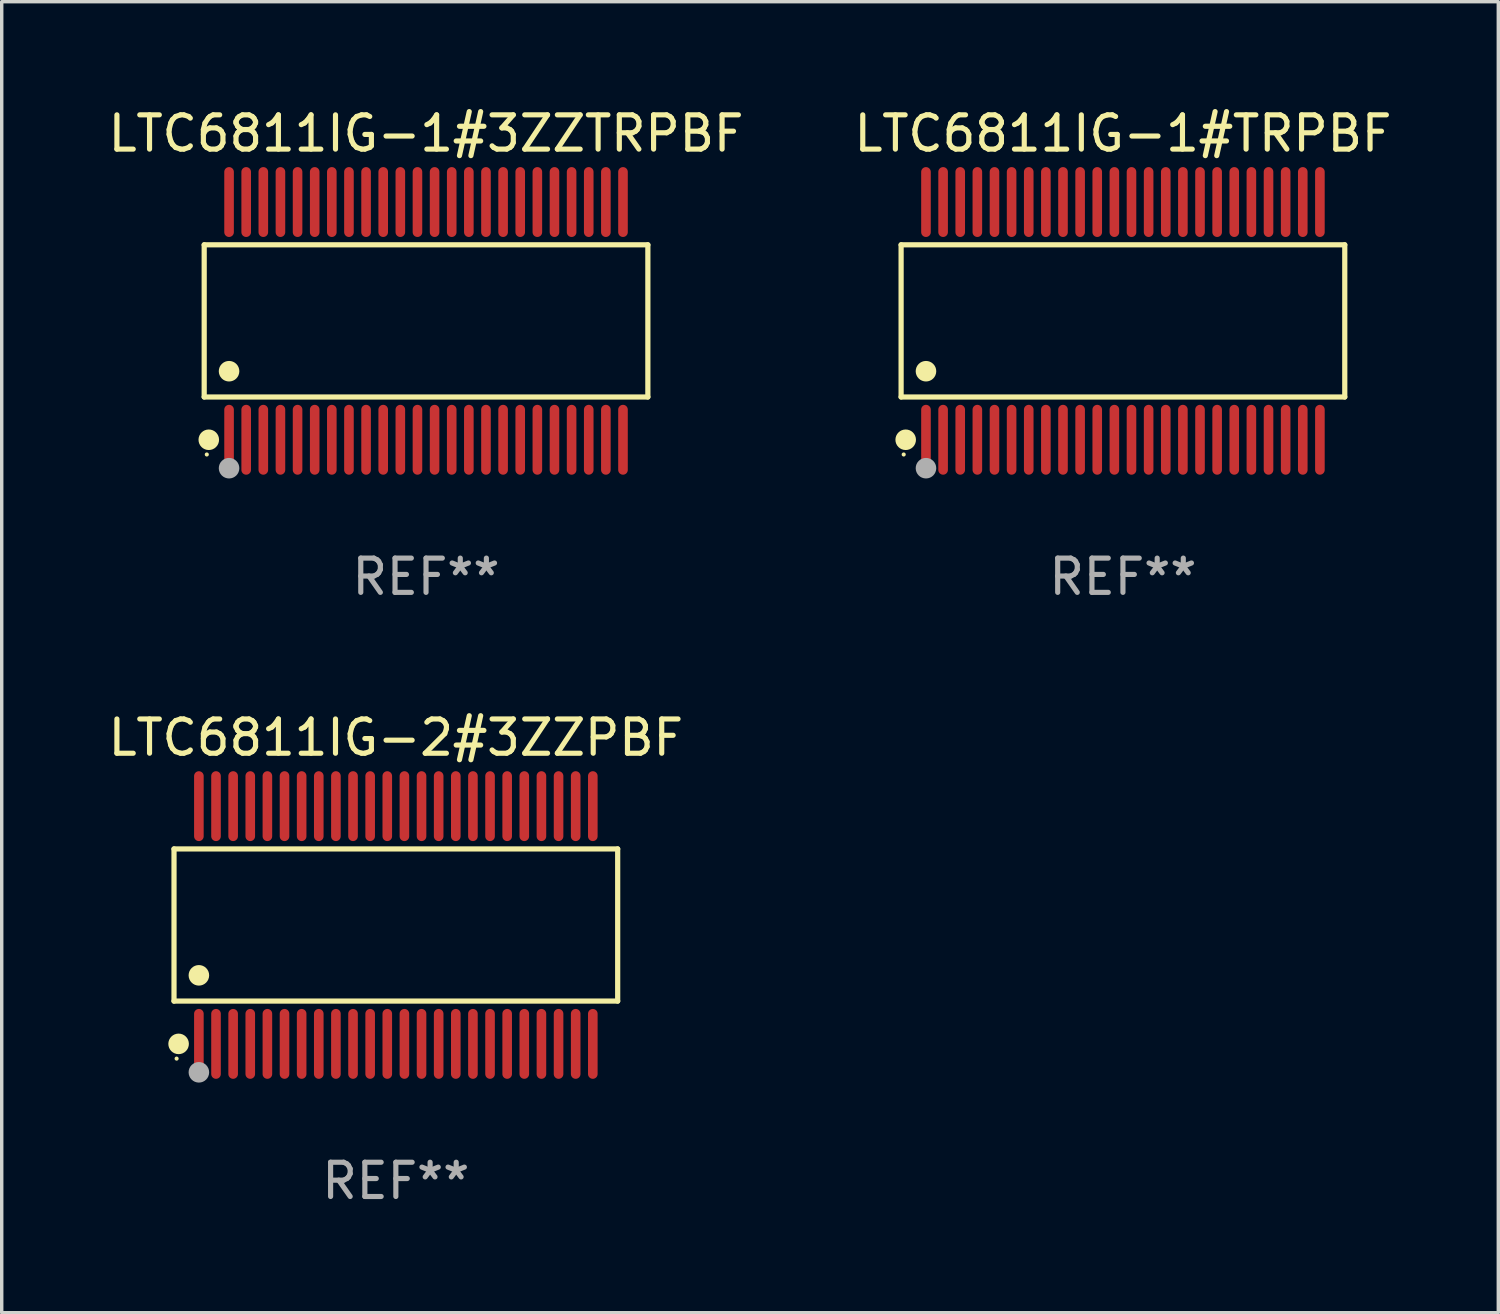
<source format=kicad_pcb>
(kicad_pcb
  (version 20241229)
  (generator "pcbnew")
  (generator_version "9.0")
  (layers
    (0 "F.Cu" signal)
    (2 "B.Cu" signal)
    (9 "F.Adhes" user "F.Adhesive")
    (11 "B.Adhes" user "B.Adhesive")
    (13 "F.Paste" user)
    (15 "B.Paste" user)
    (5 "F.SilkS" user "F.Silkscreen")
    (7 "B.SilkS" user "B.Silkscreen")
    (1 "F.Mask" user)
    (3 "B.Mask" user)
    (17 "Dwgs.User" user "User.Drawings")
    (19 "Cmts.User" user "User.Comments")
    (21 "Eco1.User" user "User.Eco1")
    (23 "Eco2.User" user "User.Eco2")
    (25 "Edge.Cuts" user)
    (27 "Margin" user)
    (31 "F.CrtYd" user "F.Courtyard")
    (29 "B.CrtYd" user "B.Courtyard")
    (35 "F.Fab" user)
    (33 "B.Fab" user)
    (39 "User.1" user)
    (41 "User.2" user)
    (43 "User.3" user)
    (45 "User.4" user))
  (footprint "LTC6811IG-2#3ZZPBF"
    (layer "F.Cu")
    (at 8.506 23.954)
    (property "Reference" "LTC6811IG-2#3ZZPBF" (at 0 -5.47 0) (layer "F.SilkS") (effects (font (size 1 1) (thickness 0.15))))
    (attr through_hole)
    (fp_line (start -6.476 -2.221) (end 6.476 -2.221) (stroke (width 0.152) (type solid)) (layer "F.SilkS"))
    (fp_line (start -6.476 2.221) (end -6.476 -2.221) (stroke (width 0.152) (type solid)) (layer "F.SilkS"))
    (fp_line (start 6.476 -2.221) (end 6.476 2.221) (stroke (width 0.152) (type solid)) (layer "F.SilkS"))
    (fp_line (start 6.476 2.221) (end -6.476 2.221) (stroke (width 0.152) (type solid)) (layer "F.SilkS"))
    (fp_circle (center -6.4 3.9) (end -6.37 3.9) (stroke (width 0.06) (type solid)) (fill no) (layer "F.SilkS"))
    (fp_circle (center -6.342 3.47) (end -6.192 3.47) (stroke (width 0.3) (type solid)) (fill no) (layer "F.SilkS"))
    (fp_circle (center -5.75 1.469) (end -5.6 1.469) (stroke (width 0.3) (type solid)) (fill no) (layer "F.SilkS"))
    (fp_circle (center -5.75 4.3) (end -5.6 4.3) (stroke (width 0.3) (type solid)) (fill no) (layer "F.Fab"))
    (fp_text user "REF**" (at 0 7.47 0) (layer "F.Fab") (effects (font (size 1 1) (thickness 0.15))))
    (pad "1" smd oval (at -5.75 3.47) (size 0.28 2.04) (layers "F.Cu" "F.Mask" "F.Paste"))
    (pad "2" smd oval (at -5.25 3.47) (size 0.28 2.04) (layers "F.Cu" "F.Mask" "F.Paste"))
    (pad "3" smd oval (at -4.75 3.47) (size 0.28 2.04) (layers "F.Cu" "F.Mask" "F.Paste"))
    (pad "4" smd oval (at -4.25 3.47) (size 0.28 2.04) (layers "F.Cu" "F.Mask" "F.Paste"))
    (pad "5" smd oval (at -3.75 3.47) (size 0.28 2.04) (layers "F.Cu" "F.Mask" "F.Paste"))
    (pad "6" smd oval (at -3.25 3.47) (size 0.28 2.04) (layers "F.Cu" "F.Mask" "F.Paste"))
    (pad "7" smd oval (at -2.75 3.47) (size 0.28 2.04) (layers "F.Cu" "F.Mask" "F.Paste"))
    (pad "8" smd oval (at -2.25 3.47) (size 0.28 2.04) (layers "F.Cu" "F.Mask" "F.Paste"))
    (pad "9" smd oval (at -1.75 3.47) (size 0.28 2.04) (layers "F.Cu" "F.Mask" "F.Paste"))
    (pad "10" smd oval (at -1.25 3.47) (size 0.28 2.04) (layers "F.Cu" "F.Mask" "F.Paste"))
    (pad "11" smd oval (at -0.75 3.47) (size 0.28 2.04) (layers "F.Cu" "F.Mask" "F.Paste"))
    (pad "12" smd oval (at -0.25 3.47) (size 0.28 2.04) (layers "F.Cu" "F.Mask" "F.Paste"))
    (pad "13" smd oval (at 0.25 3.47) (size 0.28 2.04) (layers "F.Cu" "F.Mask" "F.Paste"))
    (pad "14" smd oval (at 0.75 3.47) (size 0.28 2.04) (layers "F.Cu" "F.Mask" "F.Paste"))
    (pad "15" smd oval (at 1.25 3.47) (size 0.28 2.04) (layers "F.Cu" "F.Mask" "F.Paste"))
    (pad "16" smd oval (at 1.75 3.47) (size 0.28 2.04) (layers "F.Cu" "F.Mask" "F.Paste"))
    (pad "17" smd oval (at 2.25 3.47) (size 0.28 2.04) (layers "F.Cu" "F.Mask" "F.Paste"))
    (pad "18" smd oval (at 2.75 3.47) (size 0.28 2.04) (layers "F.Cu" "F.Mask" "F.Paste"))
    (pad "19" smd oval (at 3.25 3.47) (size 0.28 2.04) (layers "F.Cu" "F.Mask" "F.Paste"))
    (pad "20" smd oval (at 3.75 3.47) (size 0.28 2.04) (layers "F.Cu" "F.Mask" "F.Paste"))
    (pad "21" smd oval (at 4.25 3.47) (size 0.28 2.04) (layers "F.Cu" "F.Mask" "F.Paste"))
    (pad "22" smd oval (at 4.75 3.47) (size 0.28 2.04) (layers "F.Cu" "F.Mask" "F.Paste"))
    (pad "23" smd oval (at 5.25 3.47) (size 0.28 2.04) (layers "F.Cu" "F.Mask" "F.Paste"))
    (pad "24" smd oval (at 5.75 3.47) (size 0.28 2.04) (layers "F.Cu" "F.Mask" "F.Paste"))
    (pad "25" smd oval (at 5.75 -3.47) (size 0.28 2.04) (layers "F.Cu" "F.Mask" "F.Paste"))
    (pad "26" smd oval (at 5.25 -3.47) (size 0.28 2.04) (layers "F.Cu" "F.Mask" "F.Paste"))
    (pad "27" smd oval (at 4.75 -3.47) (size 0.28 2.04) (layers "F.Cu" "F.Mask" "F.Paste"))
    (pad "28" smd oval (at 4.25 -3.47) (size 0.28 2.04) (layers "F.Cu" "F.Mask" "F.Paste"))
    (pad "29" smd oval (at 3.75 -3.47) (size 0.28 2.04) (layers "F.Cu" "F.Mask" "F.Paste"))
    (pad "30" smd oval (at 3.25 -3.47) (size 0.28 2.04) (layers "F.Cu" "F.Mask" "F.Paste"))
    (pad "31" smd oval (at 2.75 -3.47) (size 0.28 2.04) (layers "F.Cu" "F.Mask" "F.Paste"))
    (pad "32" smd oval (at 2.25 -3.47) (size 0.28 2.04) (layers "F.Cu" "F.Mask" "F.Paste"))
    (pad "33" smd oval (at 1.75 -3.47) (size 0.28 2.04) (layers "F.Cu" "F.Mask" "F.Paste"))
    (pad "34" smd oval (at 1.25 -3.47) (size 0.28 2.04) (layers "F.Cu" "F.Mask" "F.Paste"))
    (pad "35" smd oval (at 0.75 -3.47) (size 0.28 2.04) (layers "F.Cu" "F.Mask" "F.Paste"))
    (pad "36" smd oval (at 0.25 -3.47) (size 0.28 2.04) (layers "F.Cu" "F.Mask" "F.Paste"))
    (pad "37" smd oval (at -0.25 -3.47) (size 0.28 2.04) (layers "F.Cu" "F.Mask" "F.Paste"))
    (pad "38" smd oval (at -0.75 -3.47) (size 0.28 2.04) (layers "F.Cu" "F.Mask" "F.Paste"))
    (pad "39" smd oval (at -1.25 -3.47) (size 0.28 2.04) (layers "F.Cu" "F.Mask" "F.Paste"))
    (pad "40" smd oval (at -1.75 -3.47) (size 0.28 2.04) (layers "F.Cu" "F.Mask" "F.Paste"))
    (pad "41" smd oval (at -2.25 -3.47) (size 0.28 2.04) (layers "F.Cu" "F.Mask" "F.Paste"))
    (pad "42" smd oval (at -2.75 -3.47) (size 0.28 2.04) (layers "F.Cu" "F.Mask" "F.Paste"))
    (pad "43" smd oval (at -3.25 -3.47) (size 0.28 2.04) (layers "F.Cu" "F.Mask" "F.Paste"))
    (pad "44" smd oval (at -3.75 -3.47) (size 0.28 2.04) (layers "F.Cu" "F.Mask" "F.Paste"))
    (pad "45" smd oval (at -4.25 -3.47) (size 0.28 2.04) (layers "F.Cu" "F.Mask" "F.Paste"))
    (pad "46" smd oval (at -4.75 -3.47) (size 0.28 2.04) (layers "F.Cu" "F.Mask" "F.Paste"))
    (pad "47" smd oval (at -5.25 -3.47) (size 0.28 2.04) (layers "F.Cu" "F.Mask" "F.Paste"))
    (pad "48" smd oval (at -5.75 -3.47) (size 0.28 2.04) (layers "F.Cu" "F.Mask" "F.Paste")))
  (footprint "LTC6811IG-1#3ZZTRPBF"
    (layer "F.Cu")
    (at 9.387 6.318)
    (property "Reference" "LTC6811IG-1#3ZZTRPBF" (at 0 -5.47 0) (layer "F.SilkS") (effects (font (size 1 1) (thickness 0.15))))
    (attr through_hole)
    (fp_line (start -6.476 -2.221) (end 6.476 -2.221) (stroke (width 0.152) (type solid)) (layer "F.SilkS"))
    (fp_line (start -6.476 2.221) (end -6.476 -2.221) (stroke (width 0.152) (type solid)) (layer "F.SilkS"))
    (fp_line (start 6.476 -2.221) (end 6.476 2.221) (stroke (width 0.152) (type solid)) (layer "F.SilkS"))
    (fp_line (start 6.476 2.221) (end -6.476 2.221) (stroke (width 0.152) (type solid)) (layer "F.SilkS"))
    (fp_circle (center -6.4 3.9) (end -6.37 3.9) (stroke (width 0.06) (type solid)) (fill no) (layer "F.SilkS"))
    (fp_circle (center -6.342 3.47) (end -6.192 3.47) (stroke (width 0.3) (type solid)) (fill no) (layer "F.SilkS"))
    (fp_circle (center -5.75 1.469) (end -5.6 1.469) (stroke (width 0.3) (type solid)) (fill no) (layer "F.SilkS"))
    (fp_circle (center -5.75 4.3) (end -5.6 4.3) (stroke (width 0.3) (type solid)) (fill no) (layer "F.Fab"))
    (fp_text user "REF**" (at 0 7.47 0) (layer "F.Fab") (effects (font (size 1 1) (thickness 0.15))))
    (pad "1" smd oval (at -5.75 3.47) (size 0.28 2.04) (layers "F.Cu" "F.Mask" "F.Paste"))
    (pad "2" smd oval (at -5.25 3.47) (size 0.28 2.04) (layers "F.Cu" "F.Mask" "F.Paste"))
    (pad "3" smd oval (at -4.75 3.47) (size 0.28 2.04) (layers "F.Cu" "F.Mask" "F.Paste"))
    (pad "4" smd oval (at -4.25 3.47) (size 0.28 2.04) (layers "F.Cu" "F.Mask" "F.Paste"))
    (pad "5" smd oval (at -3.75 3.47) (size 0.28 2.04) (layers "F.Cu" "F.Mask" "F.Paste"))
    (pad "6" smd oval (at -3.25 3.47) (size 0.28 2.04) (layers "F.Cu" "F.Mask" "F.Paste"))
    (pad "7" smd oval (at -2.75 3.47) (size 0.28 2.04) (layers "F.Cu" "F.Mask" "F.Paste"))
    (pad "8" smd oval (at -2.25 3.47) (size 0.28 2.04) (layers "F.Cu" "F.Mask" "F.Paste"))
    (pad "9" smd oval (at -1.75 3.47) (size 0.28 2.04) (layers "F.Cu" "F.Mask" "F.Paste"))
    (pad "10" smd oval (at -1.25 3.47) (size 0.28 2.04) (layers "F.Cu" "F.Mask" "F.Paste"))
    (pad "11" smd oval (at -0.75 3.47) (size 0.28 2.04) (layers "F.Cu" "F.Mask" "F.Paste"))
    (pad "12" smd oval (at -0.25 3.47) (size 0.28 2.04) (layers "F.Cu" "F.Mask" "F.Paste"))
    (pad "13" smd oval (at 0.25 3.47) (size 0.28 2.04) (layers "F.Cu" "F.Mask" "F.Paste"))
    (pad "14" smd oval (at 0.75 3.47) (size 0.28 2.04) (layers "F.Cu" "F.Mask" "F.Paste"))
    (pad "15" smd oval (at 1.25 3.47) (size 0.28 2.04) (layers "F.Cu" "F.Mask" "F.Paste"))
    (pad "16" smd oval (at 1.75 3.47) (size 0.28 2.04) (layers "F.Cu" "F.Mask" "F.Paste"))
    (pad "17" smd oval (at 2.25 3.47) (size 0.28 2.04) (layers "F.Cu" "F.Mask" "F.Paste"))
    (pad "18" smd oval (at 2.75 3.47) (size 0.28 2.04) (layers "F.Cu" "F.Mask" "F.Paste"))
    (pad "19" smd oval (at 3.25 3.47) (size 0.28 2.04) (layers "F.Cu" "F.Mask" "F.Paste"))
    (pad "20" smd oval (at 3.75 3.47) (size 0.28 2.04) (layers "F.Cu" "F.Mask" "F.Paste"))
    (pad "21" smd oval (at 4.25 3.47) (size 0.28 2.04) (layers "F.Cu" "F.Mask" "F.Paste"))
    (pad "22" smd oval (at 4.75 3.47) (size 0.28 2.04) (layers "F.Cu" "F.Mask" "F.Paste"))
    (pad "23" smd oval (at 5.25 3.47) (size 0.28 2.04) (layers "F.Cu" "F.Mask" "F.Paste"))
    (pad "24" smd oval (at 5.75 3.47) (size 0.28 2.04) (layers "F.Cu" "F.Mask" "F.Paste"))
    (pad "25" smd oval (at 5.75 -3.47) (size 0.28 2.04) (layers "F.Cu" "F.Mask" "F.Paste"))
    (pad "26" smd oval (at 5.25 -3.47) (size 0.28 2.04) (layers "F.Cu" "F.Mask" "F.Paste"))
    (pad "27" smd oval (at 4.75 -3.47) (size 0.28 2.04) (layers "F.Cu" "F.Mask" "F.Paste"))
    (pad "28" smd oval (at 4.25 -3.47) (size 0.28 2.04) (layers "F.Cu" "F.Mask" "F.Paste"))
    (pad "29" smd oval (at 3.75 -3.47) (size 0.28 2.04) (layers "F.Cu" "F.Mask" "F.Paste"))
    (pad "30" smd oval (at 3.25 -3.47) (size 0.28 2.04) (layers "F.Cu" "F.Mask" "F.Paste"))
    (pad "31" smd oval (at 2.75 -3.47) (size 0.28 2.04) (layers "F.Cu" "F.Mask" "F.Paste"))
    (pad "32" smd oval (at 2.25 -3.47) (size 0.28 2.04) (layers "F.Cu" "F.Mask" "F.Paste"))
    (pad "33" smd oval (at 1.75 -3.47) (size 0.28 2.04) (layers "F.Cu" "F.Mask" "F.Paste"))
    (pad "34" smd oval (at 1.25 -3.47) (size 0.28 2.04) (layers "F.Cu" "F.Mask" "F.Paste"))
    (pad "35" smd oval (at 0.75 -3.47) (size 0.28 2.04) (layers "F.Cu" "F.Mask" "F.Paste"))
    (pad "36" smd oval (at 0.25 -3.47) (size 0.28 2.04) (layers "F.Cu" "F.Mask" "F.Paste"))
    (pad "37" smd oval (at -0.25 -3.47) (size 0.28 2.04) (layers "F.Cu" "F.Mask" "F.Paste"))
    (pad "38" smd oval (at -0.75 -3.47) (size 0.28 2.04) (layers "F.Cu" "F.Mask" "F.Paste"))
    (pad "39" smd oval (at -1.25 -3.47) (size 0.28 2.04) (layers "F.Cu" "F.Mask" "F.Paste"))
    (pad "40" smd oval (at -1.75 -3.47) (size 0.28 2.04) (layers "F.Cu" "F.Mask" "F.Paste"))
    (pad "41" smd oval (at -2.25 -3.47) (size 0.28 2.04) (layers "F.Cu" "F.Mask" "F.Paste"))
    (pad "42" smd oval (at -2.75 -3.47) (size 0.28 2.04) (layers "F.Cu" "F.Mask" "F.Paste"))
    (pad "43" smd oval (at -3.25 -3.47) (size 0.28 2.04) (layers "F.Cu" "F.Mask" "F.Paste"))
    (pad "44" smd oval (at -3.75 -3.47) (size 0.28 2.04) (layers "F.Cu" "F.Mask" "F.Paste"))
    (pad "45" smd oval (at -4.25 -3.47) (size 0.28 2.04) (layers "F.Cu" "F.Mask" "F.Paste"))
    (pad "46" smd oval (at -4.75 -3.47) (size 0.28 2.04) (layers "F.Cu" "F.Mask" "F.Paste"))
    (pad "47" smd oval (at -5.25 -3.47) (size 0.28 2.04) (layers "F.Cu" "F.Mask" "F.Paste"))
    (pad "48" smd oval (at -5.75 -3.47) (size 0.28 2.04) (layers "F.Cu" "F.Mask" "F.Paste")))
  (footprint "LTC6811IG-1#TRPBF"
    (layer "F.Cu")
    (at 29.732 6.318)
    (property "Reference" "LTC6811IG-1#TRPBF" (at 0 -5.47 0) (layer "F.SilkS") (effects (font (size 1 1) (thickness 0.15))))
    (attr through_hole)
    (fp_line (start -6.476 -2.221) (end 6.476 -2.221) (stroke (width 0.152) (type solid)) (layer "F.SilkS"))
    (fp_line (start -6.476 2.221) (end -6.476 -2.221) (stroke (width 0.152) (type solid)) (layer "F.SilkS"))
    (fp_line (start 6.476 -2.221) (end 6.476 2.221) (stroke (width 0.152) (type solid)) (layer "F.SilkS"))
    (fp_line (start 6.476 2.221) (end -6.476 2.221) (stroke (width 0.152) (type solid)) (layer "F.SilkS"))
    (fp_circle (center -6.4 3.9) (end -6.37 3.9) (stroke (width 0.06) (type solid)) (fill no) (layer "F.SilkS"))
    (fp_circle (center -6.342 3.47) (end -6.192 3.47) (stroke (width 0.3) (type solid)) (fill no) (layer "F.SilkS"))
    (fp_circle (center -5.75 1.469) (end -5.6 1.469) (stroke (width 0.3) (type solid)) (fill no) (layer "F.SilkS"))
    (fp_circle (center -5.75 4.3) (end -5.6 4.3) (stroke (width 0.3) (type solid)) (fill no) (layer "F.Fab"))
    (fp_text user "REF**" (at 0 7.47 0) (layer "F.Fab") (effects (font (size 1 1) (thickness 0.15))))
    (pad "1" smd oval (at -5.75 3.47) (size 0.28 2.04) (layers "F.Cu" "F.Mask" "F.Paste"))
    (pad "2" smd oval (at -5.25 3.47) (size 0.28 2.04) (layers "F.Cu" "F.Mask" "F.Paste"))
    (pad "3" smd oval (at -4.75 3.47) (size 0.28 2.04) (layers "F.Cu" "F.Mask" "F.Paste"))
    (pad "4" smd oval (at -4.25 3.47) (size 0.28 2.04) (layers "F.Cu" "F.Mask" "F.Paste"))
    (pad "5" smd oval (at -3.75 3.47) (size 0.28 2.04) (layers "F.Cu" "F.Mask" "F.Paste"))
    (pad "6" smd oval (at -3.25 3.47) (size 0.28 2.04) (layers "F.Cu" "F.Mask" "F.Paste"))
    (pad "7" smd oval (at -2.75 3.47) (size 0.28 2.04) (layers "F.Cu" "F.Mask" "F.Paste"))
    (pad "8" smd oval (at -2.25 3.47) (size 0.28 2.04) (layers "F.Cu" "F.Mask" "F.Paste"))
    (pad "9" smd oval (at -1.75 3.47) (size 0.28 2.04) (layers "F.Cu" "F.Mask" "F.Paste"))
    (pad "10" smd oval (at -1.25 3.47) (size 0.28 2.04) (layers "F.Cu" "F.Mask" "F.Paste"))
    (pad "11" smd oval (at -0.75 3.47) (size 0.28 2.04) (layers "F.Cu" "F.Mask" "F.Paste"))
    (pad "12" smd oval (at -0.25 3.47) (size 0.28 2.04) (layers "F.Cu" "F.Mask" "F.Paste"))
    (pad "13" smd oval (at 0.25 3.47) (size 0.28 2.04) (layers "F.Cu" "F.Mask" "F.Paste"))
    (pad "14" smd oval (at 0.75 3.47) (size 0.28 2.04) (layers "F.Cu" "F.Mask" "F.Paste"))
    (pad "15" smd oval (at 1.25 3.47) (size 0.28 2.04) (layers "F.Cu" "F.Mask" "F.Paste"))
    (pad "16" smd oval (at 1.75 3.47) (size 0.28 2.04) (layers "F.Cu" "F.Mask" "F.Paste"))
    (pad "17" smd oval (at 2.25 3.47) (size 0.28 2.04) (layers "F.Cu" "F.Mask" "F.Paste"))
    (pad "18" smd oval (at 2.75 3.47) (size 0.28 2.04) (layers "F.Cu" "F.Mask" "F.Paste"))
    (pad "19" smd oval (at 3.25 3.47) (size 0.28 2.04) (layers "F.Cu" "F.Mask" "F.Paste"))
    (pad "20" smd oval (at 3.75 3.47) (size 0.28 2.04) (layers "F.Cu" "F.Mask" "F.Paste"))
    (pad "21" smd oval (at 4.25 3.47) (size 0.28 2.04) (layers "F.Cu" "F.Mask" "F.Paste"))
    (pad "22" smd oval (at 4.75 3.47) (size 0.28 2.04) (layers "F.Cu" "F.Mask" "F.Paste"))
    (pad "23" smd oval (at 5.25 3.47) (size 0.28 2.04) (layers "F.Cu" "F.Mask" "F.Paste"))
    (pad "24" smd oval (at 5.75 3.47) (size 0.28 2.04) (layers "F.Cu" "F.Mask" "F.Paste"))
    (pad "25" smd oval (at 5.75 -3.47) (size 0.28 2.04) (layers "F.Cu" "F.Mask" "F.Paste"))
    (pad "26" smd oval (at 5.25 -3.47) (size 0.28 2.04) (layers "F.Cu" "F.Mask" "F.Paste"))
    (pad "27" smd oval (at 4.75 -3.47) (size 0.28 2.04) (layers "F.Cu" "F.Mask" "F.Paste"))
    (pad "28" smd oval (at 4.25 -3.47) (size 0.28 2.04) (layers "F.Cu" "F.Mask" "F.Paste"))
    (pad "29" smd oval (at 3.75 -3.47) (size 0.28 2.04) (layers "F.Cu" "F.Mask" "F.Paste"))
    (pad "30" smd oval (at 3.25 -3.47) (size 0.28 2.04) (layers "F.Cu" "F.Mask" "F.Paste"))
    (pad "31" smd oval (at 2.75 -3.47) (size 0.28 2.04) (layers "F.Cu" "F.Mask" "F.Paste"))
    (pad "32" smd oval (at 2.25 -3.47) (size 0.28 2.04) (layers "F.Cu" "F.Mask" "F.Paste"))
    (pad "33" smd oval (at 1.75 -3.47) (size 0.28 2.04) (layers "F.Cu" "F.Mask" "F.Paste"))
    (pad "34" smd oval (at 1.25 -3.47) (size 0.28 2.04) (layers "F.Cu" "F.Mask" "F.Paste"))
    (pad "35" smd oval (at 0.75 -3.47) (size 0.28 2.04) (layers "F.Cu" "F.Mask" "F.Paste"))
    (pad "36" smd oval (at 0.25 -3.47) (size 0.28 2.04) (layers "F.Cu" "F.Mask" "F.Paste"))
    (pad "37" smd oval (at -0.25 -3.47) (size 0.28 2.04) (layers "F.Cu" "F.Mask" "F.Paste"))
    (pad "38" smd oval (at -0.75 -3.47) (size 0.28 2.04) (layers "F.Cu" "F.Mask" "F.Paste"))
    (pad "39" smd oval (at -1.25 -3.47) (size 0.28 2.04) (layers "F.Cu" "F.Mask" "F.Paste"))
    (pad "40" smd oval (at -1.75 -3.47) (size 0.28 2.04) (layers "F.Cu" "F.Mask" "F.Paste"))
    (pad "41" smd oval (at -2.25 -3.47) (size 0.28 2.04) (layers "F.Cu" "F.Mask" "F.Paste"))
    (pad "42" smd oval (at -2.75 -3.47) (size 0.28 2.04) (layers "F.Cu" "F.Mask" "F.Paste"))
    (pad "43" smd oval (at -3.25 -3.47) (size 0.28 2.04) (layers "F.Cu" "F.Mask" "F.Paste"))
    (pad "44" smd oval (at -3.75 -3.47) (size 0.28 2.04) (layers "F.Cu" "F.Mask" "F.Paste"))
    (pad "45" smd oval (at -4.25 -3.47) (size 0.28 2.04) (layers "F.Cu" "F.Mask" "F.Paste"))
    (pad "46" smd oval (at -4.75 -3.47) (size 0.28 2.04) (layers "F.Cu" "F.Mask" "F.Paste"))
    (pad "47" smd oval (at -5.25 -3.47) (size 0.28 2.04) (layers "F.Cu" "F.Mask" "F.Paste"))
    (pad "48" smd oval (at -5.75 -3.47) (size 0.28 2.04) (layers "F.Cu" "F.Mask" "F.Paste")))
  (gr_rect
    (start -3 -3)
    (end 40.69 35.273)
    (stroke (width 0.1) (type default))
    (fill no)
    (layer "Edge.Cuts")))
</source>
